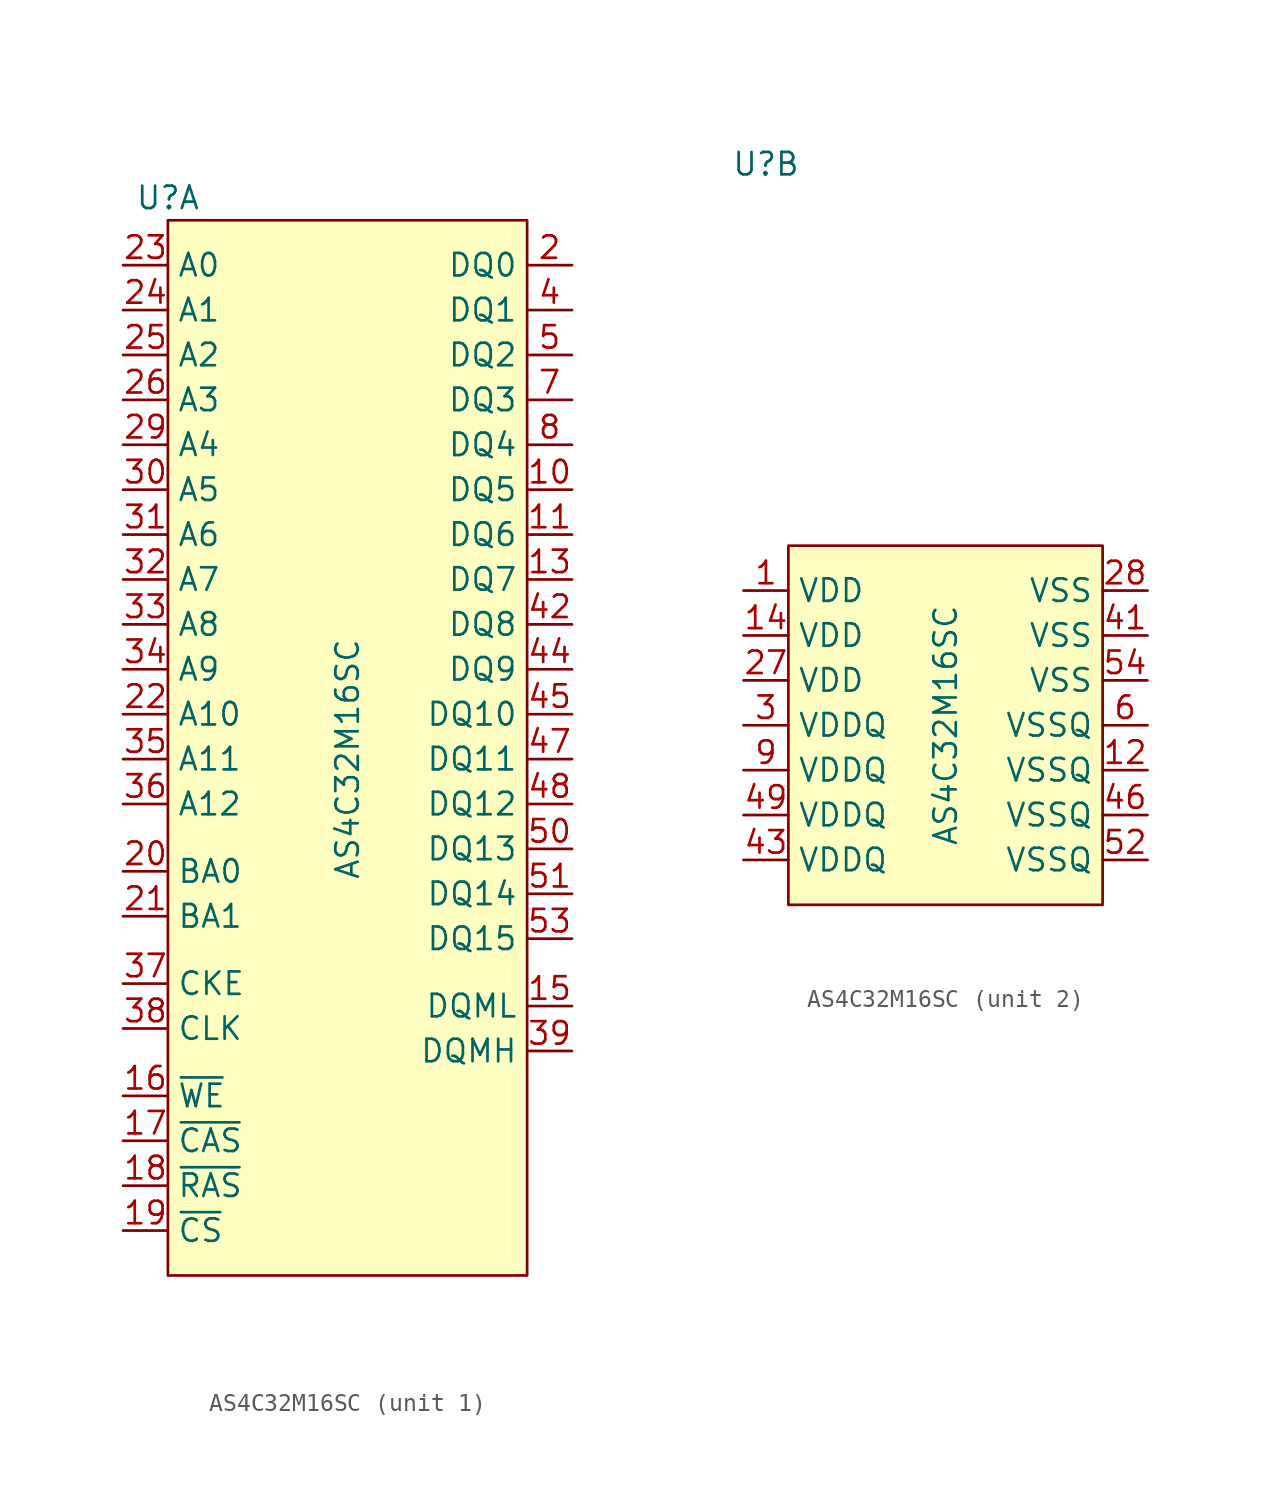
<source format=kicad_sym>
(kicad_symbol_lib
  (version 20211014)
  (generator kicad_symbol_editor)
  (symbol "AS4C32M16SC"
    (property "Reference" "U"
      (at -10.16 31.75 0)
      (effects (font (size 1.27 1.27))))
    (property "Value" "AS4C32M16SC"
      (at 0 0 90)
      (effects (font (size 1.27 1.27))))
    (property "ki_locked" ""
      (at 0 0 0)
      (effects (font (size 1.27 1.27))))
    (symbol "AS4C32M16SC_1_1"
      (rectangle (start -10.16 30.48) (end 10.16 -29.21) (stroke (width 0.152) (type default) (color 0 0 0 0)) (fill (type background)))
      (pin bidirectional line (at 12.7 15.24 180) (length 2.54) (name "DQ5" (effects (font (size 1.27 1.27)))) (number "10" (effects (font (size 1.27 1.27)))))
      (pin bidirectional line (at 12.7 12.7 180) (length 2.54) (name "DQ6" (effects (font (size 1.27 1.27)))) (number "11" (effects (font (size 1.27 1.27)))))
      (pin bidirectional line (at 12.7 10.16 180) (length 2.54) (name "DQ7" (effects (font (size 1.27 1.27)))) (number "13" (effects (font (size 1.27 1.27)))))
      (pin input line (at 12.7 -13.97 180) (length 2.54) (name "DQML" (effects (font (size 1.27 1.27)))) (number "15" (effects (font (size 1.27 1.27)))))
      (pin input line (at -12.7 -19.05 0) (length 2.54) (name "~{WE}" (effects (font (size 1.27 1.27)))) (number "16" (effects (font (size 1.27 1.27)))))
      (pin input line (at -12.7 -21.59 0) (length 2.54) (name "~{CAS}" (effects (font (size 1.27 1.27)))) (number "17" (effects (font (size 1.27 1.27)))))
      (pin input line (at -12.7 -24.13 0) (length 2.54) (name "~{RAS}" (effects (font (size 1.27 1.27)))) (number "18" (effects (font (size 1.27 1.27)))))
      (pin input line (at -12.7 -26.67 0) (length 2.54) (name "~{CS}" (effects (font (size 1.27 1.27)))) (number "19" (effects (font (size 1.27 1.27)))))
      (pin bidirectional line (at 12.7 27.94 180) (length 2.54) (name "DQ0" (effects (font (size 1.27 1.27)))) (number "2" (effects (font (size 1.27 1.27)))))
      (pin input line (at -12.7 -6.35 0) (length 2.54) (name "BA0" (effects (font (size 1.27 1.27)))) (number "20" (effects (font (size 1.27 1.27)))))
      (pin input line (at -12.7 -8.89 0) (length 2.54) (name "BA1" (effects (font (size 1.27 1.27)))) (number "21" (effects (font (size 1.27 1.27)))))
      (pin input line (at -12.7 2.54 0) (length 2.54) (name "A10" (effects (font (size 1.27 1.27)))) (number "22" (effects (font (size 1.27 1.27)))))
      (pin input line (at -12.7 27.94 0) (length 2.54) (name "A0" (effects (font (size 1.27 1.27)))) (number "23" (effects (font (size 1.27 1.27)))))
      (pin input line (at -12.7 25.4 0) (length 2.54) (name "A1" (effects (font (size 1.27 1.27)))) (number "24" (effects (font (size 1.27 1.27)))))
      (pin input line (at -12.7 22.86 0) (length 2.54) (name "A2" (effects (font (size 1.27 1.27)))) (number "25" (effects (font (size 1.27 1.27)))))
      (pin input line (at -12.7 20.32 0) (length 2.54) (name "A3" (effects (font (size 1.27 1.27)))) (number "26" (effects (font (size 1.27 1.27)))))
      (pin input line (at -12.7 17.78 0) (length 2.54) (name "A4" (effects (font (size 1.27 1.27)))) (number "29" (effects (font (size 1.27 1.27)))))
      (pin input line (at -12.7 15.24 0) (length 2.54) (name "A5" (effects (font (size 1.27 1.27)))) (number "30" (effects (font (size 1.27 1.27)))))
      (pin input line (at -12.7 12.7 0) (length 2.54) (name "A6" (effects (font (size 1.27 1.27)))) (number "31" (effects (font (size 1.27 1.27)))))
      (pin input line (at -12.7 10.16 0) (length 2.54) (name "A7" (effects (font (size 1.27 1.27)))) (number "32" (effects (font (size 1.27 1.27)))))
      (pin input line (at -12.7 7.62 0) (length 2.54) (name "A8" (effects (font (size 1.27 1.27)))) (number "33" (effects (font (size 1.27 1.27)))))
      (pin input line (at -12.7 5.08 0) (length 2.54) (name "A9" (effects (font (size 1.27 1.27)))) (number "34" (effects (font (size 1.27 1.27)))))
      (pin input line (at -12.7 0 0) (length 2.54) (name "A11" (effects (font (size 1.27 1.27)))) (number "35" (effects (font (size 1.27 1.27)))))
      (pin input line (at -12.7 -2.54 0) (length 2.54) (name "A12" (effects (font (size 1.27 1.27)))) (number "36" (effects (font (size 1.27 1.27)))))
      (pin input line (at -12.7 -12.7 0) (length 2.54) (name "CKE" (effects (font (size 1.27 1.27)))) (number "37" (effects (font (size 1.27 1.27)))))
      (pin input line (at -12.7 -15.24 0) (length 2.54) (name "CLK" (effects (font (size 1.27 1.27)))) (number "38" (effects (font (size 1.27 1.27)))))
      (pin input line (at 12.7 -16.51 180) (length 2.54) (name "DQMH" (effects (font (size 1.27 1.27)))) (number "39" (effects (font (size 1.27 1.27)))))
      (pin bidirectional line (at 12.7 25.4 180) (length 2.54) (name "DQ1" (effects (font (size 1.27 1.27)))) (number "4" (effects (font (size 1.27 1.27)))))
      (pin no_connect line (at 12.7 -26.67 180) (length 2.54) hide (name "NC" (effects (font (size 1.27 1.27)))) (number "40" (effects (font (size 1.27 1.27)))))
      (pin bidirectional line (at 12.7 7.62 180) (length 2.54) (name "DQ8" (effects (font (size 1.27 1.27)))) (number "42" (effects (font (size 1.27 1.27)))))
      (pin bidirectional line (at 12.7 5.08 180) (length 2.54) (name "DQ9" (effects (font (size 1.27 1.27)))) (number "44" (effects (font (size 1.27 1.27)))))
      (pin bidirectional line (at 12.7 2.54 180) (length 2.54) (name "DQ10" (effects (font (size 1.27 1.27)))) (number "45" (effects (font (size 1.27 1.27)))))
      (pin bidirectional line (at 12.7 0 180) (length 2.54) (name "DQ11" (effects (font (size 1.27 1.27)))) (number "47" (effects (font (size 1.27 1.27)))))
      (pin bidirectional line (at 12.7 -2.54 180) (length 2.54) (name "DQ12" (effects (font (size 1.27 1.27)))) (number "48" (effects (font (size 1.27 1.27)))))
      (pin bidirectional line (at 12.7 22.86 180) (length 2.54) (name "DQ2" (effects (font (size 1.27 1.27)))) (number "5" (effects (font (size 1.27 1.27)))))
      (pin bidirectional line (at 12.7 -5.08 180) (length 2.54) (name "DQ13" (effects (font (size 1.27 1.27)))) (number "50" (effects (font (size 1.27 1.27)))))
      (pin bidirectional line (at 12.7 -7.62 180) (length 2.54) (name "DQ14" (effects (font (size 1.27 1.27)))) (number "51" (effects (font (size 1.27 1.27)))))
      (pin bidirectional line (at 12.7 -10.16 180) (length 2.54) (name "DQ15" (effects (font (size 1.27 1.27)))) (number "53" (effects (font (size 1.27 1.27)))))
      (pin bidirectional line (at 12.7 20.32 180) (length 2.54) (name "DQ3" (effects (font (size 1.27 1.27)))) (number "7" (effects (font (size 1.27 1.27)))))
      (pin bidirectional line (at 12.7 17.78 180) (length 2.54) (name "DQ4" (effects (font (size 1.27 1.27)))) (number "8" (effects (font (size 1.27 1.27))))))
    (symbol "AS4C32M16SC_2_1"
      (rectangle (start -8.89 10.16) (end 8.89 -10.16) (stroke (width 0.152) (type default) (color 0 0 0 0)) (fill (type background)))
      (pin power_in line (at -11.43 7.62 0) (length 2.54) (name "VDD" (effects (font (size 1.27 1.27)))) (number "1" (effects (font (size 1.27 1.27)))))
      (pin power_in line (at 11.43 -2.54 180) (length 2.54) (name "VSSQ" (effects (font (size 1.27 1.27)))) (number "12" (effects (font (size 1.27 1.27)))))
      (pin power_in line (at -11.43 5.08 0) (length 2.54) (name "VDD" (effects (font (size 1.27 1.27)))) (number "14" (effects (font (size 1.27 1.27)))))
      (pin power_in line (at -11.43 2.54 0) (length 2.54) (name "VDD" (effects (font (size 1.27 1.27)))) (number "27" (effects (font (size 1.27 1.27)))))
      (pin power_in line (at 11.43 7.62 180) (length 2.54) (name "VSS" (effects (font (size 1.27 1.27)))) (number "28" (effects (font (size 1.27 1.27)))))
      (pin power_in line (at -11.43 0 0) (length 2.54) (name "VDDQ" (effects (font (size 1.27 1.27)))) (number "3" (effects (font (size 1.27 1.27)))))
      (pin power_in line (at 11.43 5.08 180) (length 2.54) (name "VSS" (effects (font (size 1.27 1.27)))) (number "41" (effects (font (size 1.27 1.27)))))
      (pin power_in line (at -11.43 -7.62 0) (length 2.54) (name "VDDQ" (effects (font (size 1.27 1.27)))) (number "43" (effects (font (size 1.27 1.27)))))
      (pin power_in line (at 11.43 -5.08 180) (length 2.54) (name "VSSQ" (effects (font (size 1.27 1.27)))) (number "46" (effects (font (size 1.27 1.27)))))
      (pin power_in line (at -11.43 -5.08 0) (length 2.54) (name "VDDQ" (effects (font (size 1.27 1.27)))) (number "49" (effects (font (size 1.27 1.27)))))
      (pin power_in line (at 11.43 -7.62 180) (length 2.54) (name "VSSQ" (effects (font (size 1.27 1.27)))) (number "52" (effects (font (size 1.27 1.27)))))
      (pin power_in line (at 11.43 2.54 180) (length 2.54) (name "VSS" (effects (font (size 1.27 1.27)))) (number "54" (effects (font (size 1.27 1.27)))))
      (pin power_in line (at 11.43 0 180) (length 2.54) (name "VSSQ" (effects (font (size 1.27 1.27)))) (number "6" (effects (font (size 1.27 1.27)))))
      (pin power_in line (at -11.43 -2.54 0) (length 2.54) (name "VDDQ" (effects (font (size 1.27 1.27)))) (number "9" (effects (font (size 1.27 1.27))))))))
</source>
